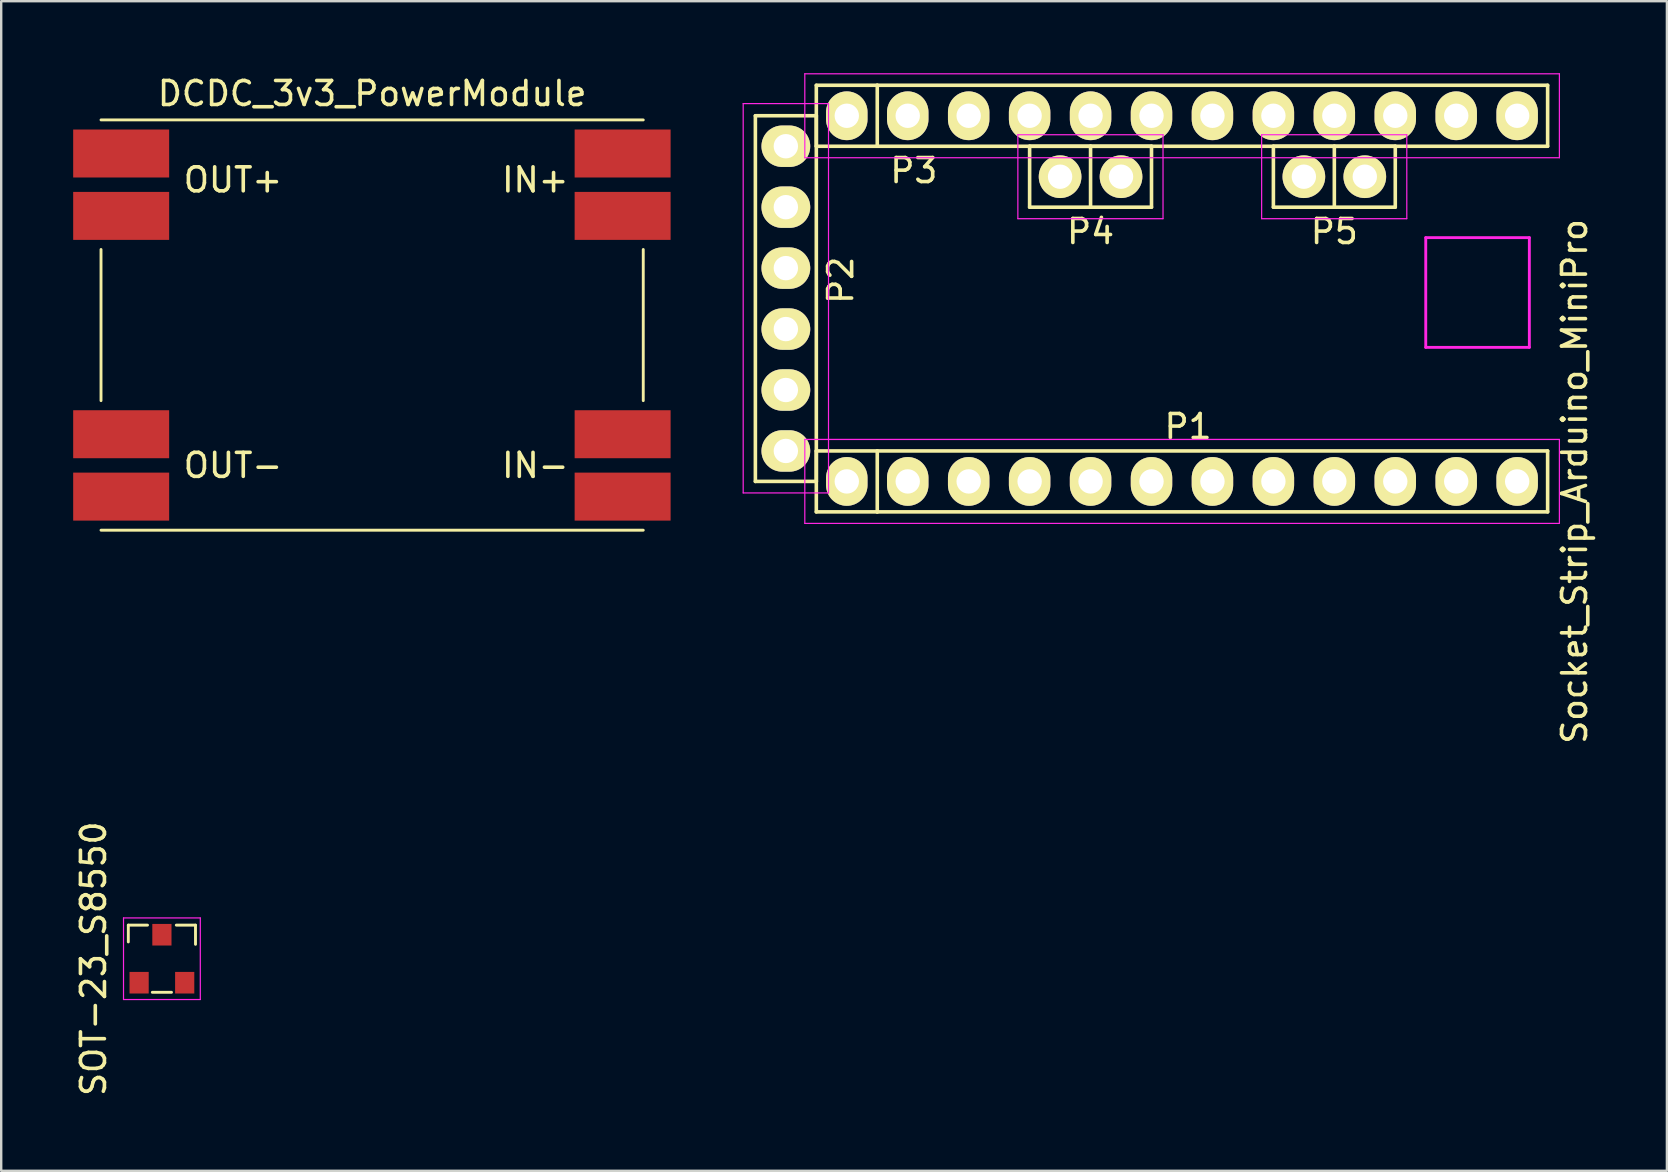
<source format=kicad_pcb>
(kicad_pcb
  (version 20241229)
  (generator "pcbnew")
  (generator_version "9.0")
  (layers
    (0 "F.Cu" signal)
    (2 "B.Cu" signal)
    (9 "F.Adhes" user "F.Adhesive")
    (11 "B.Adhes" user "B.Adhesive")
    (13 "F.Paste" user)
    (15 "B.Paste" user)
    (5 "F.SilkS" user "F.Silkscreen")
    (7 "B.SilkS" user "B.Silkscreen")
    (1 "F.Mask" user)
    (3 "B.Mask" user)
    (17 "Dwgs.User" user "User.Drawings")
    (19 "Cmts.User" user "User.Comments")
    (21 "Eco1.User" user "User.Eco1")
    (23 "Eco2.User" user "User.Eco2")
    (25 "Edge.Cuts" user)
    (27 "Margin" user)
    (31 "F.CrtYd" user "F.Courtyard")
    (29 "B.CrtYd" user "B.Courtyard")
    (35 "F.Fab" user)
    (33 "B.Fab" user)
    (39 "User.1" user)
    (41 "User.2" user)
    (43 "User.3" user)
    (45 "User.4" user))
  (footprint "DCDC_3v3_PowerModule"
    (layer "F.Cu")
    (at 12.46 10.548)
    (property "Reference" "DCDC_3v3_PowerModule" (at 0 -9.7 0) (layer "F.SilkS") (effects (font (size 1 1) (thickness 0.15))))
    (attr through_hole)
    (fp_line (start -11.3 -3.2) (end -11.3 3.1) (stroke (width 0.12) (type solid)) (layer "F.SilkS"))
    (fp_line (start -11.3 8.5) (end 11.3 8.5) (stroke (width 0.12) (type solid)) (layer "F.SilkS"))
    (fp_line (start 11.3 -8.6) (end -11.3 -8.6) (stroke (width 0.12) (type solid)) (layer "F.SilkS"))
    (fp_line (start 11.3 3.1) (end 11.3 -3.2) (stroke (width 0.12) (type solid)) (layer "F.SilkS"))
    (fp_text user "IN+" (at 6.8 -6.1 0) (layer "F.SilkS") (effects (font (size 1 1) (thickness 0.15))))
    (fp_text user "OUT+" (at -5.8 -6.1 0) (layer "F.SilkS") (effects (font (size 1 1) (thickness 0.15))))
    (fp_text user "IN-" (at 6.8 5.8 0) (layer "F.SilkS") (effects (font (size 1 1) (thickness 0.15))))
    (fp_text user "OUT-" (at -5.8 5.8 0) (layer "F.SilkS") (effects (font (size 1 1) (thickness 0.15))))
    (pad "1" smd rect (at 10.44 -7.2) (size 4 2) (layers "F.Cu" "F.Mask" "F.Paste"))
    (pad "1" smd rect (at 10.44 -4.6) (size 4 2) (layers "F.Cu" "F.Mask" "F.Paste"))
    (pad "2" smd rect (at 10.44 4.5) (size 4 2) (layers "F.Cu" "F.Mask" "F.Paste"))
    (pad "2" smd rect (at 10.44 7.1) (size 4 2) (layers "F.Cu" "F.Mask" "F.Paste"))
    (pad "3" smd rect (at -10.46 -7.2) (size 4 2) (layers "F.Cu" "F.Mask" "F.Paste"))
    (pad "3" smd rect (at -10.46 -4.6) (size 4 2) (layers "F.Cu" "F.Mask" "F.Paste"))
    (pad "4" smd rect (at -10.46 4.5) (size 4 2) (layers "F.Cu" "F.Mask" "F.Paste"))
    (pad "4" smd rect (at -10.46 7.1) (size 4 2) (layers "F.Cu" "F.Mask" "F.Paste")))
  (footprint "Socket_Strip_Arduino_MiniPro"
    (layer "F.Cu")
    (at 32.243 17.015)
    (property "Reference" "Socket_Strip_Arduino_MiniPro" (at 30.333 0 90) (layer "F.SilkS") (effects (font (size 1 1) (thickness 0.15))))
    (attr through_hole)
    (fp_line (start -3.81 -15.24) (end -3.81 0) (stroke (width 0.15) (type solid)) (layer "F.SilkS"))
    (fp_line (start -3.81 0) (end -1.27 0) (stroke (width 0.15) (type solid)) (layer "F.SilkS"))
    (fp_line (start -1.27 -16.51) (end -1.27 -13.97) (stroke (width 0.15) (type solid)) (layer "F.SilkS"))
    (fp_line (start -1.27 -15.24) (end -3.81 -15.24) (stroke (width 0.15) (type solid)) (layer "F.SilkS"))
    (fp_line (start -1.27 -13.97) (end 1.27 -13.97) (stroke (width 0.15) (type solid)) (layer "F.SilkS"))
    (fp_line (start -1.27 -1.27) (end -1.27 1.27) (stroke (width 0.15) (type solid)) (layer "F.SilkS"))
    (fp_line (start -1.27 0) (end -1.27 -15.24) (stroke (width 0.15) (type solid)) (layer "F.SilkS"))
    (fp_line (start -1.27 1.27) (end 1.27 1.27) (stroke (width 0.15) (type solid)) (layer "F.SilkS"))
    (fp_line (start 1.27 -16.51) (end -1.27 -16.51) (stroke (width 0.15) (type solid)) (layer "F.SilkS"))
    (fp_line (start 1.27 -13.97) (end 1.27 -16.51) (stroke (width 0.15) (type solid)) (layer "F.SilkS"))
    (fp_line (start 1.27 -13.97) (end 29.21 -13.97) (stroke (width 0.15) (type solid)) (layer "F.SilkS"))
    (fp_line (start 1.27 -1.27) (end -1.27 -1.27) (stroke (width 0.15) (type solid)) (layer "F.SilkS"))
    (fp_line (start 1.27 1.27) (end 1.27 -1.27) (stroke (width 0.15) (type solid)) (layer "F.SilkS"))
    (fp_line (start 1.27 1.27) (end 29.21 1.27) (stroke (width 0.15) (type solid)) (layer "F.SilkS"))
    (fp_line (start 7.62 -13.97) (end 10.16 -13.97) (stroke (width 0.15) (type solid)) (layer "F.SilkS"))
    (fp_line (start 7.62 -11.43) (end 7.62 -13.97) (stroke (width 0.15) (type solid)) (layer "F.SilkS"))
    (fp_line (start 10.16 -13.97) (end 10.16 -11.43) (stroke (width 0.15) (type solid)) (layer "F.SilkS"))
    (fp_line (start 10.16 -11.43) (end 7.62 -11.43) (stroke (width 0.15) (type solid)) (layer "F.SilkS"))
    (fp_line (start 10.16 -11.43) (end 12.7 -11.43) (stroke (width 0.15) (type solid)) (layer "F.SilkS"))
    (fp_line (start 12.7 -13.97) (end 10.16 -13.97) (stroke (width 0.15) (type solid)) (layer "F.SilkS"))
    (fp_line (start 12.7 -11.43) (end 12.7 -13.97) (stroke (width 0.15) (type solid)) (layer "F.SilkS"))
    (fp_line (start 17.78 -13.97) (end 20.32 -13.97) (stroke (width 0.15) (type solid)) (layer "F.SilkS"))
    (fp_line (start 17.78 -11.43) (end 17.78 -13.97) (stroke (width 0.15) (type solid)) (layer "F.SilkS"))
    (fp_line (start 20.32 -13.97) (end 20.32 -11.43) (stroke (width 0.15) (type solid)) (layer "F.SilkS"))
    (fp_line (start 20.32 -11.43) (end 17.78 -11.43) (stroke (width 0.15) (type solid)) (layer "F.SilkS"))
    (fp_line (start 20.32 -11.43) (end 22.86 -11.43) (stroke (width 0.15) (type solid)) (layer "F.SilkS"))
    (fp_line (start 22.86 -13.97) (end 20.32 -13.97) (stroke (width 0.15) (type solid)) (layer "F.SilkS"))
    (fp_line (start 22.86 -11.43) (end 22.86 -13.97) (stroke (width 0.15) (type solid)) (layer "F.SilkS"))
    (fp_line (start 29.21 -16.51) (end 1.27 -16.51) (stroke (width 0.15) (type solid)) (layer "F.SilkS"))
    (fp_line (start 29.21 -13.97) (end 29.21 -16.51) (stroke (width 0.15) (type solid)) (layer "F.SilkS"))
    (fp_line (start 29.21 -1.27) (end 1.27 -1.27) (stroke (width 0.15) (type solid)) (layer "F.SilkS"))
    (fp_line (start 29.21 1.27) (end 29.21 -1.27) (stroke (width 0.15) (type solid)) (layer "F.SilkS"))
    (fp_line (start -4.318 -15.748) (end -0.762 -15.748) (stroke (width 0.05) (type solid)) (layer "F.CrtYd"))
    (fp_line (start -4.318 0.48) (end -4.318 -15.748) (stroke (width 0.05) (type solid)) (layer "F.CrtYd"))
    (fp_line (start -4.318 0.48) (end -0.762 0.48) (stroke (width 0.05) (type solid)) (layer "F.CrtYd"))
    (fp_line (start -1.75 -16.99) (end -1.75 -13.49) (stroke (width 0.05) (type solid)) (layer "F.CrtYd"))
    (fp_line (start -1.75 -16.99) (end 29.7 -16.99) (stroke (width 0.05) (type solid)) (layer "F.CrtYd"))
    (fp_line (start -1.75 -13.49) (end 29.7 -13.49) (stroke (width 0.05) (type solid)) (layer "F.CrtYd"))
    (fp_line (start -1.75 -1.75) (end -1.75 1.75) (stroke (width 0.05) (type solid)) (layer "F.CrtYd"))
    (fp_line (start -1.75 -1.75) (end 29.7 -1.75) (stroke (width 0.05) (type solid)) (layer "F.CrtYd"))
    (fp_line (start -1.75 1.75) (end 29.7 1.75) (stroke (width 0.05) (type solid)) (layer "F.CrtYd"))
    (fp_line (start -0.762 -15.748) (end -0.762 0.48) (stroke (width 0.05) (type solid)) (layer "F.CrtYd"))
    (fp_line (start 7.13 -10.95) (end 7.13 -14.45) (stroke (width 0.05) (type solid)) (layer "F.CrtYd"))
    (fp_line (start 13.18 -14.45) (end 7.13 -14.45) (stroke (width 0.05) (type solid)) (layer "F.CrtYd"))
    (fp_line (start 13.18 -10.95) (end 7.13 -10.95) (stroke (width 0.05) (type solid)) (layer "F.CrtYd"))
    (fp_line (start 13.18 -10.95) (end 13.18 -14.45) (stroke (width 0.05) (type solid)) (layer "F.CrtYd"))
    (fp_line (start 17.29 -10.95) (end 17.29 -14.45) (stroke (width 0.05) (type solid)) (layer "F.CrtYd"))
    (fp_line (start 23.34 -14.45) (end 17.29 -14.45) (stroke (width 0.05) (type solid)) (layer "F.CrtYd"))
    (fp_line (start 23.34 -10.95) (end 17.29 -10.95) (stroke (width 0.05) (type solid)) (layer "F.CrtYd"))
    (fp_line (start 23.34 -10.95) (end 23.34 -14.45) (stroke (width 0.05) (type solid)) (layer "F.CrtYd"))
    (fp_line (start 24.13 -10.16) (end 28.448 -10.16) (stroke (width 0.12) (type solid)) (layer "F.CrtYd"))
    (fp_line (start 24.13 -5.588) (end 24.13 -10.16) (stroke (width 0.12) (type solid)) (layer "F.CrtYd"))
    (fp_line (start 28.448 -10.16) (end 28.448 -5.588) (stroke (width 0.12) (type solid)) (layer "F.CrtYd"))
    (fp_line (start 28.448 -5.588) (end 24.13 -5.588) (stroke (width 0.12) (type solid)) (layer "F.CrtYd"))
    (fp_line (start 29.7 -16.99) (end 29.7 -13.49) (stroke (width 0.05) (type solid)) (layer "F.CrtYd"))
    (fp_line (start 29.7 -1.75) (end 29.7 1.75) (stroke (width 0.05) (type solid)) (layer "F.CrtYd"))
    (fp_text user "P3" (at 2.794 -12.954 0) (layer "F.SilkS") (effects (font (size 1 1) (thickness 0.15))))
    (fp_text user "P2" (at -0.254 -8.382 270) (layer "F.SilkS") (effects (font (size 1 1) (thickness 0.15))))
    (fp_text user "P1" (at 14.224 -2.286 180) (layer "F.SilkS") (effects (font (size 1 1) (thickness 0.15))))
    (fp_text user "P5" (at 20.32 -10.414 0) (layer "F.SilkS") (effects (font (size 1 1) (thickness 0.15))))
    (fp_text user "P4" (at 10.16 -10.414 0) (layer "F.SilkS") (effects (font (size 1 1) (thickness 0.15))))
    (pad "1" thru_hole oval (at 0 0) (size 1.727 2.032) (drill 1.016) (layers "*.Cu" "*.Mask" "F.SilkS"))
    (pad "2" thru_hole oval (at 2.54 0) (size 1.727 2.032) (drill 1.016) (layers "*.Cu" "*.Mask" "F.SilkS"))
    (pad "3" thru_hole oval (at 5.08 0) (size 1.727 2.032) (drill 1.016) (layers "*.Cu" "*.Mask" "F.SilkS"))
    (pad "4" thru_hole oval (at 7.62 0) (size 1.727 2.032) (drill 1.016) (layers "*.Cu" "*.Mask" "F.SilkS"))
    (pad "5" thru_hole oval (at 10.16 0) (size 1.727 2.032) (drill 1.016) (layers "*.Cu" "*.Mask" "F.SilkS"))
    (pad "6" thru_hole oval (at 12.7 0) (size 1.727 2.032) (drill 1.016) (layers "*.Cu" "*.Mask" "F.SilkS"))
    (pad "7" thru_hole oval (at 15.24 0) (size 1.727 2.032) (drill 1.016) (layers "*.Cu" "*.Mask" "F.SilkS"))
    (pad "8" thru_hole oval (at 17.78 0) (size 1.727 2.032) (drill 1.016) (layers "*.Cu" "*.Mask" "F.SilkS"))
    (pad "9" thru_hole oval (at 20.32 0) (size 1.727 2.032) (drill 1.016) (layers "*.Cu" "*.Mask" "F.SilkS"))
    (pad "10" thru_hole oval (at 22.86 0) (size 1.727 2.032) (drill 1.016) (layers "*.Cu" "*.Mask" "F.SilkS"))
    (pad "11" thru_hole oval (at 25.4 0) (size 1.727 2.032) (drill 1.016) (layers "*.Cu" "*.Mask" "F.SilkS"))
    (pad "12" thru_hole oval (at 27.94 0) (size 1.727 2.032) (drill 1.016) (layers "*.Cu" "*.Mask" "F.SilkS"))
    (pad "13" thru_hole oval (at 27.94 -15.24) (size 1.727 2.032) (drill 1.016) (layers "*.Cu" "*.Mask" "F.SilkS"))
    (pad "14" thru_hole oval (at 25.4 -15.24) (size 1.727 2.032) (drill 1.016) (layers "*.Cu" "*.Mask" "F.SilkS"))
    (pad "15" thru_hole oval (at 22.86 -15.24) (size 1.727 2.032) (drill 1.016) (layers "*.Cu" "*.Mask" "F.SilkS"))
    (pad "16" thru_hole oval (at 20.32 -15.24) (size 1.727 2.032) (drill 1.016) (layers "*.Cu" "*.Mask" "F.SilkS"))
    (pad "17" thru_hole oval (at 17.78 -15.24) (size 1.727 2.032) (drill 1.016) (layers "*.Cu" "*.Mask" "F.SilkS"))
    (pad "18" thru_hole oval (at 15.24 -15.24) (size 1.727 2.032) (drill 1.016) (layers "*.Cu" "*.Mask" "F.SilkS"))
    (pad "19" thru_hole oval (at 12.7 -15.24) (size 1.727 2.032) (drill 1.016) (layers "*.Cu" "*.Mask" "F.SilkS"))
    (pad "20" thru_hole oval (at 10.16 -15.24) (size 1.727 2.032) (drill 1.016) (layers "*.Cu" "*.Mask" "F.SilkS"))
    (pad "21" thru_hole oval (at 7.62 -15.24) (size 1.727 2.032) (drill 1.016) (layers "*.Cu" "*.Mask" "F.SilkS"))
    (pad "22" thru_hole oval (at 5.08 -15.24) (size 1.727 2.032) (drill 1.016) (layers "*.Cu" "*.Mask" "F.SilkS"))
    (pad "23" thru_hole oval (at 2.54 -15.24) (size 1.727 2.032) (drill 1.016) (layers "*.Cu" "*.Mask" "F.SilkS"))
    (pad "24" thru_hole oval (at 0 -15.24) (size 1.727 2.032) (drill 1.016) (layers "*.Cu" "*.Mask" "F.SilkS"))
    (pad "25" thru_hole circle (at 11.43 -12.7) (size 1.778 1.778) (drill 1.016) (layers "*.Cu" "*.Mask" "F.SilkS"))
    (pad "26" thru_hole circle (at 8.89 -12.7) (size 1.778 1.778) (drill 1.016) (layers "*.Cu" "*.Mask" "F.SilkS"))
    (pad "27" thru_hole circle (at 21.59 -12.7) (size 1.778 1.778) (drill 1.016) (layers "*.Cu" "*.Mask" "F.SilkS"))
    (pad "28" thru_hole circle (at 19.05 -12.7) (size 1.778 1.778) (drill 1.016) (layers "*.Cu" "*.Mask" "F.SilkS"))
    (pad "29" thru_hole oval (at -2.54 -13.97 90) (size 1.727 2.032) (drill 1.016) (layers "*.Cu" "*.Mask" "F.SilkS"))
    (pad "30" thru_hole oval (at -2.54 -11.43 90) (size 1.727 2.032) (drill 1.016) (layers "*.Cu" "*.Mask" "F.SilkS"))
    (pad "31" thru_hole oval (at -2.54 -8.89 90) (size 1.727 2.032) (drill 1.016) (layers "*.Cu" "*.Mask" "F.SilkS"))
    (pad "32" thru_hole oval (at -2.54 -6.35 90) (size 1.727 2.032) (drill 1.016) (layers "*.Cu" "*.Mask" "F.SilkS"))
    (pad "33" thru_hole oval (at -2.54 -3.81 90) (size 1.727 2.032) (drill 1.016) (layers "*.Cu" "*.Mask" "F.SilkS"))
    (pad "34" thru_hole oval (at -2.54 -1.27 90) (size 1.727 2.032) (drill 1.016) (layers "*.Cu" "*.Mask" "F.SilkS")))
  (footprint "SOT-23_S8550"
    (layer "F.Cu")
    (at 3.698 36.908)
    (property "Reference" "SOT-23_S8550" (at -2.85 0 90) (layer "F.SilkS") (effects (font (size 1 1) (thickness 0.15))))
    (attr smd)
    (fp_line (start -1.4 -1.4) (end -1.4 -0.7) (stroke (width 0.12) (type solid)) (layer "F.SilkS"))
    (fp_line (start -1.4 -1.4) (end -0.6 -1.4) (stroke (width 0.12) (type solid)) (layer "F.SilkS"))
    (fp_line (start -0.4 1.4) (end 0.4 1.4) (stroke (width 0.12) (type solid)) (layer "F.SilkS"))
    (fp_line (start 0.6 -1.4) (end 1.4 -1.4) (stroke (width 0.12) (type solid)) (layer "F.SilkS"))
    (fp_line (start 1.4 -1.4) (end 1.4 -0.6) (stroke (width 0.12) (type solid)) (layer "F.SilkS"))
    (fp_line (start -1.6 -1.7) (end 1.6 -1.7) (stroke (width 0.05) (type solid)) (layer "F.CrtYd"))
    (fp_line (start -1.6 1.7) (end -1.6 -1.7) (stroke (width 0.05) (type solid)) (layer "F.CrtYd"))
    (fp_line (start 1.6 -1.7) (end 1.6 1.7) (stroke (width 0.05) (type solid)) (layer "F.CrtYd"))
    (fp_line (start 1.6 1.7) (end -1.6 1.7) (stroke (width 0.05) (type solid)) (layer "F.CrtYd"))
    (pad "1" smd rect (at -0.95 1) (size 0.8 0.9) (layers "F.Cu" "F.Mask" "F.Paste"))
    (pad "2" smd rect (at 0.95 1) (size 0.8 0.9) (layers "F.Cu" "F.Mask" "F.Paste"))
    (pad "3" smd rect (at 0 -1) (size 0.8 0.9) (layers "F.Cu" "F.Mask" "F.Paste")))
  (gr_rect
    (start -3 -3)
    (end 66.424 45.747)
    (stroke (width 0.1) (type default))
    (fill no)
    (layer "Edge.Cuts")))
</source>
